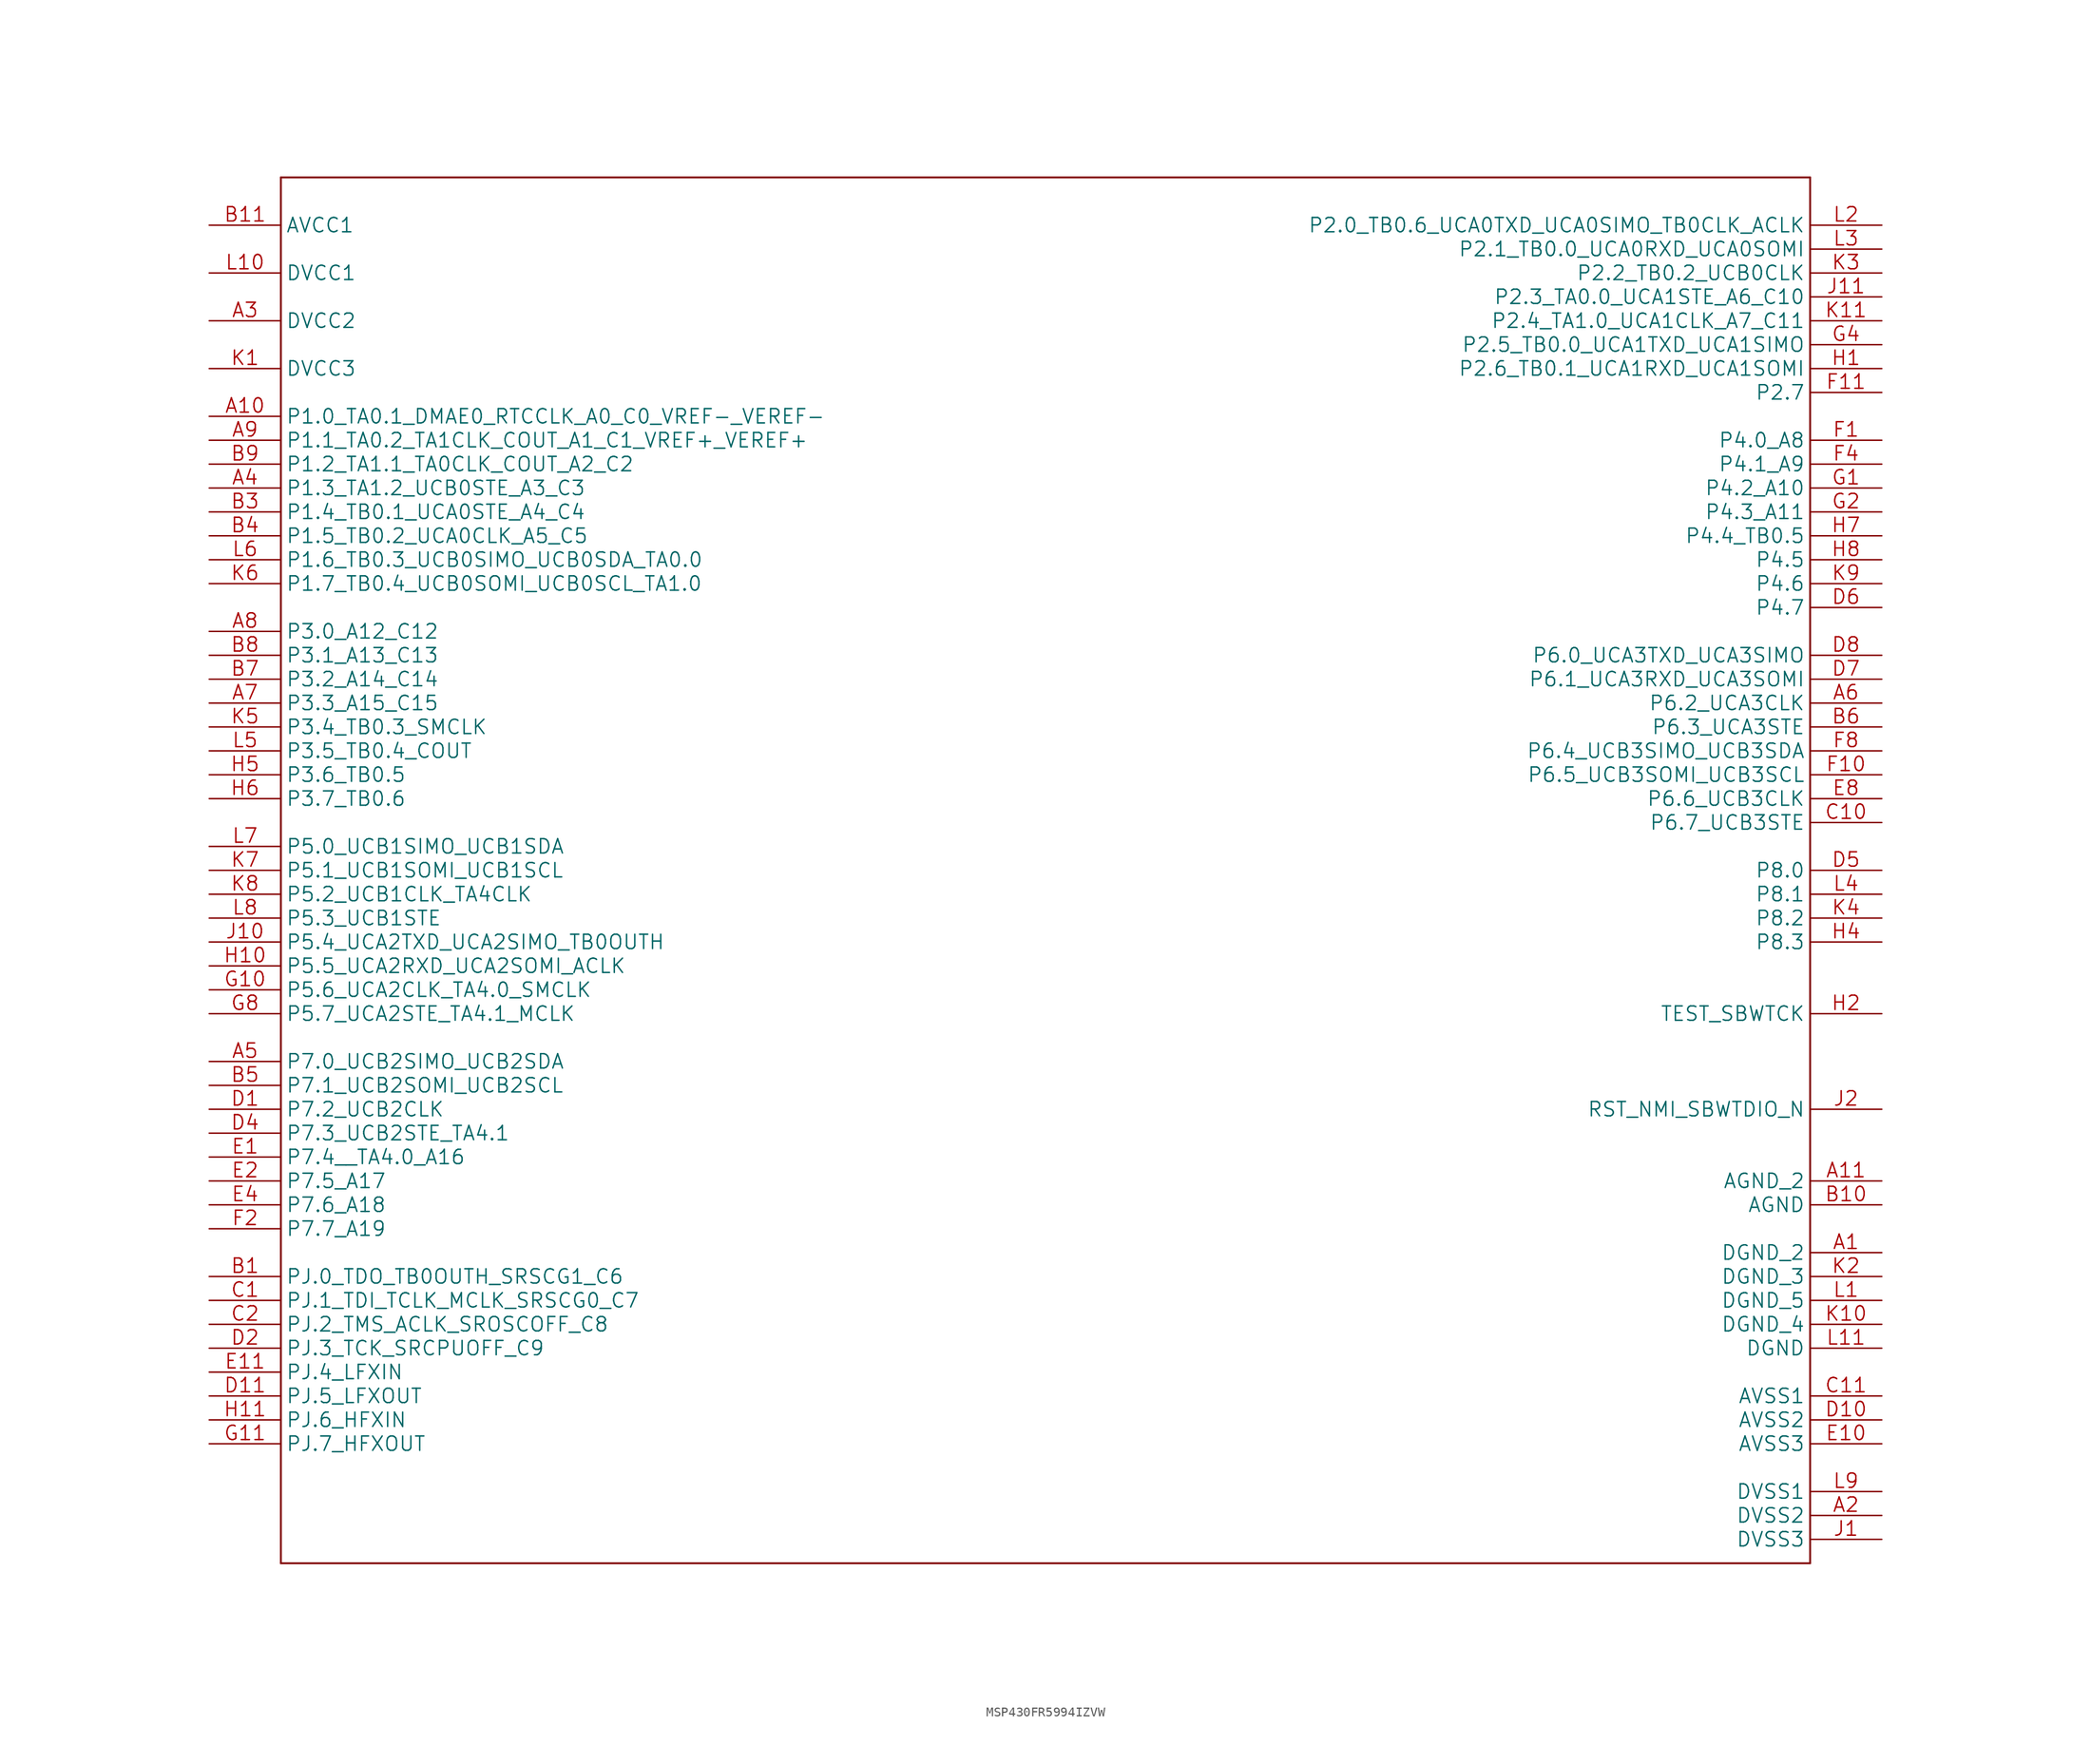
<source format=kicad_sym>
(kicad_symbol_lib
  (version 20241209)
  (generator "kicad_symbol_editor")
  (generator_version "9.0")
  (symbol "MSP430FR5994IZVW"
    (property "Reference" "U"
      (at -4.724 1.499 0)
      (effects (font (size 2.083 1.77)) (justify left bottom) (hide yes)))
    (property "ki_locked" ""
      (at 0 0 0)
      (effects (font (size 1.27 1.27))))
    (symbol "MSP430FR5994IZVW_1_0"
      (polyline (pts (xy -81.28 73.66) (xy -81.28 -73.66)) (stroke (width 0.203) (type solid)) (fill (type none)))
      (polyline (pts (xy -81.28 -73.66) (xy 81.28 -73.66)) (stroke (width 0.203) (type solid)) (fill (type none)))
      (polyline (pts (xy 81.28 73.66) (xy -81.28 73.66)) (stroke (width 0.203) (type solid)) (fill (type none)))
      (polyline (pts (xy 81.28 -73.66) (xy 81.28 73.66)) (stroke (width 0.203) (type solid)) (fill (type none)))
      (pin power_in line (at -88.9 68.58 0) (length 7.62) (name "AVCC1" (effects (font (size 1.524 1.524)))) (number "B11" (effects (font (size 1.524 1.524)))))
      (pin power_in line (at -88.9 63.5 0) (length 7.62) (name "DVCC1" (effects (font (size 1.524 1.524)))) (number "L10" (effects (font (size 1.524 1.524)))))
      (pin power_in line (at -88.9 58.42 0) (length 7.62) (name "DVCC2" (effects (font (size 1.524 1.524)))) (number "A3" (effects (font (size 1.524 1.524)))))
      (pin power_in line (at -88.9 53.34 0) (length 7.62) (name "DVCC3" (effects (font (size 1.524 1.524)))) (number "K1" (effects (font (size 1.524 1.524)))))
      (pin bidirectional line (at -88.9 48.26 0) (length 7.62) (name "P1.0_TA0.1_DMAE0_RTCCLK_A0_C0_VREF-_VEREF-" (effects (font (size 1.524 1.524)))) (number "A10" (effects (font (size 1.524 1.524)))))
      (pin bidirectional line (at -88.9 45.72 0) (length 7.62) (name "P1.1_TA0.2_TA1CLK_COUT_A1_C1_VREF+_VEREF+" (effects (font (size 1.524 1.524)))) (number "A9" (effects (font (size 1.524 1.524)))))
      (pin bidirectional line (at -88.9 43.18 0) (length 7.62) (name "P1.2_TA1.1_TA0CLK_COUT_A2_C2" (effects (font (size 1.524 1.524)))) (number "B9" (effects (font (size 1.524 1.524)))))
      (pin bidirectional line (at -88.9 40.64 0) (length 7.62) (name "P1.3_TA1.2_UCB0STE_A3_C3" (effects (font (size 1.524 1.524)))) (number "A4" (effects (font (size 1.524 1.524)))))
      (pin bidirectional line (at -88.9 38.1 0) (length 7.62) (name "P1.4_TB0.1_UCA0STE_A4_C4" (effects (font (size 1.524 1.524)))) (number "B3" (effects (font (size 1.524 1.524)))))
      (pin bidirectional line (at -88.9 35.56 0) (length 7.62) (name "P1.5_TB0.2_UCA0CLK_A5_C5" (effects (font (size 1.524 1.524)))) (number "B4" (effects (font (size 1.524 1.524)))))
      (pin bidirectional line (at -88.9 33.02 0) (length 7.62) (name "P1.6_TB0.3_UCB0SIMO_UCB0SDA_TA0.0" (effects (font (size 1.524 1.524)))) (number "L6" (effects (font (size 1.524 1.524)))))
      (pin bidirectional line (at -88.9 30.48 0) (length 7.62) (name "P1.7_TB0.4_UCB0SOMI_UCB0SCL_TA1.0" (effects (font (size 1.524 1.524)))) (number "K6" (effects (font (size 1.524 1.524)))))
      (pin bidirectional line (at -88.9 25.4 0) (length 7.62) (name "P3.0_A12_C12" (effects (font (size 1.524 1.524)))) (number "A8" (effects (font (size 1.524 1.524)))))
      (pin bidirectional line (at -88.9 22.86 0) (length 7.62) (name "P3.1_A13_C13" (effects (font (size 1.524 1.524)))) (number "B8" (effects (font (size 1.524 1.524)))))
      (pin bidirectional line (at -88.9 20.32 0) (length 7.62) (name "P3.2_A14_C14" (effects (font (size 1.524 1.524)))) (number "B7" (effects (font (size 1.524 1.524)))))
      (pin bidirectional line (at -88.9 17.78 0) (length 7.62) (name "P3.3_A15_C15" (effects (font (size 1.524 1.524)))) (number "A7" (effects (font (size 1.524 1.524)))))
      (pin bidirectional line (at -88.9 15.24 0) (length 7.62) (name "P3.4_TB0.3_SMCLK" (effects (font (size 1.524 1.524)))) (number "K5" (effects (font (size 1.524 1.524)))))
      (pin bidirectional line (at -88.9 12.7 0) (length 7.62) (name "P3.5_TB0.4_COUT" (effects (font (size 1.524 1.524)))) (number "L5" (effects (font (size 1.524 1.524)))))
      (pin bidirectional line (at -88.9 10.16 0) (length 7.62) (name "P3.6_TB0.5" (effects (font (size 1.524 1.524)))) (number "H5" (effects (font (size 1.524 1.524)))))
      (pin bidirectional line (at -88.9 7.62 0) (length 7.62) (name "P3.7_TB0.6" (effects (font (size 1.524 1.524)))) (number "H6" (effects (font (size 1.524 1.524)))))
      (pin bidirectional line (at -88.9 2.54 0) (length 7.62) (name "P5.0_UCB1SIMO_UCB1SDA" (effects (font (size 1.524 1.524)))) (number "L7" (effects (font (size 1.524 1.524)))))
      (pin bidirectional line (at -88.9 0 0) (length 7.62) (name "P5.1_UCB1SOMI_UCB1SCL" (effects (font (size 1.524 1.524)))) (number "K7" (effects (font (size 1.524 1.524)))))
      (pin bidirectional line (at -88.9 -2.54 0) (length 7.62) (name "P5.2_UCB1CLK_TA4CLK" (effects (font (size 1.524 1.524)))) (number "K8" (effects (font (size 1.524 1.524)))))
      (pin bidirectional line (at -88.9 -5.08 0) (length 7.62) (name "P5.3_UCB1STE" (effects (font (size 1.524 1.524)))) (number "L8" (effects (font (size 1.524 1.524)))))
      (pin bidirectional line (at -88.9 -7.62 0) (length 7.62) (name "P5.4_UCA2TXD_UCA2SIMO_TB0OUTH" (effects (font (size 1.524 1.524)))) (number "J10" (effects (font (size 1.524 1.524)))))
      (pin bidirectional line (at -88.9 -10.16 0) (length 7.62) (name "P5.5_UCA2RXD_UCA2SOMI_ACLK" (effects (font (size 1.524 1.524)))) (number "H10" (effects (font (size 1.524 1.524)))))
      (pin bidirectional line (at -88.9 -12.7 0) (length 7.62) (name "P5.6_UCA2CLK_TA4.0_SMCLK" (effects (font (size 1.524 1.524)))) (number "G10" (effects (font (size 1.524 1.524)))))
      (pin bidirectional line (at -88.9 -15.24 0) (length 7.62) (name "P5.7_UCA2STE_TA4.1_MCLK" (effects (font (size 1.524 1.524)))) (number "G8" (effects (font (size 1.524 1.524)))))
      (pin bidirectional line (at -88.9 -20.32 0) (length 7.62) (name "P7.0_UCB2SIMO_UCB2SDA" (effects (font (size 1.524 1.524)))) (number "A5" (effects (font (size 1.524 1.524)))))
      (pin bidirectional line (at -88.9 -22.86 0) (length 7.62) (name "P7.1_UCB2SOMI_UCB2SCL" (effects (font (size 1.524 1.524)))) (number "B5" (effects (font (size 1.524 1.524)))))
      (pin bidirectional line (at -88.9 -25.4 0) (length 7.62) (name "P7.2_UCB2CLK" (effects (font (size 1.524 1.524)))) (number "D1" (effects (font (size 1.524 1.524)))))
      (pin bidirectional line (at -88.9 -27.94 0) (length 7.62) (name "P7.3_UCB2STE_TA4.1" (effects (font (size 1.524 1.524)))) (number "D4" (effects (font (size 1.524 1.524)))))
      (pin bidirectional line (at -88.9 -30.48 0) (length 7.62) (name "P7.4__TA4.0_A16" (effects (font (size 1.524 1.524)))) (number "E1" (effects (font (size 1.524 1.524)))))
      (pin bidirectional line (at -88.9 -33.02 0) (length 7.62) (name "P7.5_A17" (effects (font (size 1.524 1.524)))) (number "E2" (effects (font (size 1.524 1.524)))))
      (pin bidirectional line (at -88.9 -35.56 0) (length 7.62) (name "P7.6_A18" (effects (font (size 1.524 1.524)))) (number "E4" (effects (font (size 1.524 1.524)))))
      (pin bidirectional line (at -88.9 -38.1 0) (length 7.62) (name "P7.7_A19" (effects (font (size 1.524 1.524)))) (number "F2" (effects (font (size 1.524 1.524)))))
      (pin bidirectional line (at -88.9 -43.18 0) (length 7.62) (name "PJ.0_TDO_TB0OUTH_SRSCG1_C6" (effects (font (size 1.524 1.524)))) (number "B1" (effects (font (size 1.524 1.524)))))
      (pin bidirectional line (at -88.9 -45.72 0) (length 7.62) (name "PJ.1_TDI_TCLK_MCLK_SRSCG0_C7" (effects (font (size 1.524 1.524)))) (number "C1" (effects (font (size 1.524 1.524)))))
      (pin bidirectional line (at -88.9 -48.26 0) (length 7.62) (name "PJ.2_TMS_ACLK_SROSCOFF_C8" (effects (font (size 1.524 1.524)))) (number "C2" (effects (font (size 1.524 1.524)))))
      (pin bidirectional line (at -88.9 -50.8 0) (length 7.62) (name "PJ.3_TCK_SRCPUOFF_C9" (effects (font (size 1.524 1.524)))) (number "D2" (effects (font (size 1.524 1.524)))))
      (pin bidirectional line (at -88.9 -53.34 0) (length 7.62) (name "PJ.4_LFXIN" (effects (font (size 1.524 1.524)))) (number "E11" (effects (font (size 1.524 1.524)))))
      (pin bidirectional line (at -88.9 -55.88 0) (length 7.62) (name "PJ.5_LFXOUT" (effects (font (size 1.524 1.524)))) (number "D11" (effects (font (size 1.524 1.524)))))
      (pin bidirectional line (at -88.9 -58.42 0) (length 7.62) (name "PJ.6_HFXIN" (effects (font (size 1.524 1.524)))) (number "H11" (effects (font (size 1.524 1.524)))))
      (pin bidirectional line (at -88.9 -60.96 0) (length 7.62) (name "PJ.7_HFXOUT" (effects (font (size 1.524 1.524)))) (number "G11" (effects (font (size 1.524 1.524)))))
      (pin bidirectional line (at 88.9 68.58 180) (length 7.62) (name "P2.0_TB0.6_UCA0TXD_UCA0SIMO_TB0CLK_ACLK" (effects (font (size 1.524 1.524)))) (number "L2" (effects (font (size 1.524 1.524)))))
      (pin bidirectional line (at 88.9 66.04 180) (length 7.62) (name "P2.1_TB0.0_UCA0RXD_UCA0SOMI" (effects (font (size 1.524 1.524)))) (number "L3" (effects (font (size 1.524 1.524)))))
      (pin bidirectional line (at 88.9 63.5 180) (length 7.62) (name "P2.2_TB0.2_UCB0CLK" (effects (font (size 1.524 1.524)))) (number "K3" (effects (font (size 1.524 1.524)))))
      (pin bidirectional line (at 88.9 60.96 180) (length 7.62) (name "P2.3_TA0.0_UCA1STE_A6_C10" (effects (font (size 1.524 1.524)))) (number "J11" (effects (font (size 1.524 1.524)))))
      (pin bidirectional line (at 88.9 58.42 180) (length 7.62) (name "P2.4_TA1.0_UCA1CLK_A7_C11" (effects (font (size 1.524 1.524)))) (number "K11" (effects (font (size 1.524 1.524)))))
      (pin bidirectional line (at 88.9 55.88 180) (length 7.62) (name "P2.5_TB0.0_UCA1TXD_UCA1SIMO" (effects (font (size 1.524 1.524)))) (number "G4" (effects (font (size 1.524 1.524)))))
      (pin bidirectional line (at 88.9 53.34 180) (length 7.62) (name "P2.6_TB0.1_UCA1RXD_UCA1SOMI" (effects (font (size 1.524 1.524)))) (number "H1" (effects (font (size 1.524 1.524)))))
      (pin bidirectional line (at 88.9 50.8 180) (length 7.62) (name "P2.7" (effects (font (size 1.524 1.524)))) (number "F11" (effects (font (size 1.524 1.524)))))
      (pin bidirectional line (at 88.9 45.72 180) (length 7.62) (name "P4.0_A8" (effects (font (size 1.524 1.524)))) (number "F1" (effects (font (size 1.524 1.524)))))
      (pin bidirectional line (at 88.9 43.18 180) (length 7.62) (name "P4.1_A9" (effects (font (size 1.524 1.524)))) (number "F4" (effects (font (size 1.524 1.524)))))
      (pin bidirectional line (at 88.9 40.64 180) (length 7.62) (name "P4.2_A10" (effects (font (size 1.524 1.524)))) (number "G1" (effects (font (size 1.524 1.524)))))
      (pin bidirectional line (at 88.9 38.1 180) (length 7.62) (name "P4.3_A11" (effects (font (size 1.524 1.524)))) (number "G2" (effects (font (size 1.524 1.524)))))
      (pin bidirectional line (at 88.9 35.56 180) (length 7.62) (name "P4.4_TB0.5" (effects (font (size 1.524 1.524)))) (number "H7" (effects (font (size 1.524 1.524)))))
      (pin bidirectional line (at 88.9 33.02 180) (length 7.62) (name "P4.5" (effects (font (size 1.524 1.524)))) (number "H8" (effects (font (size 1.524 1.524)))))
      (pin bidirectional line (at 88.9 30.48 180) (length 7.62) (name "P4.6" (effects (font (size 1.524 1.524)))) (number "K9" (effects (font (size 1.524 1.524)))))
      (pin bidirectional line (at 88.9 27.94 180) (length 7.62) (name "P4.7" (effects (font (size 1.524 1.524)))) (number "D6" (effects (font (size 1.524 1.524)))))
      (pin bidirectional line (at 88.9 22.86 180) (length 7.62) (name "P6.0_UCA3TXD_UCA3SIMO" (effects (font (size 1.524 1.524)))) (number "D8" (effects (font (size 1.524 1.524)))))
      (pin bidirectional line (at 88.9 20.32 180) (length 7.62) (name "P6.1_UCA3RXD_UCA3SOMI" (effects (font (size 1.524 1.524)))) (number "D7" (effects (font (size 1.524 1.524)))))
      (pin bidirectional line (at 88.9 17.78 180) (length 7.62) (name "P6.2_UCA3CLK" (effects (font (size 1.524 1.524)))) (number "A6" (effects (font (size 1.524 1.524)))))
      (pin bidirectional line (at 88.9 15.24 180) (length 7.62) (name "P6.3_UCA3STE" (effects (font (size 1.524 1.524)))) (number "B6" (effects (font (size 1.524 1.524)))))
      (pin bidirectional line (at 88.9 12.7 180) (length 7.62) (name "P6.4_UCB3SIMO_UCB3SDA" (effects (font (size 1.524 1.524)))) (number "F8" (effects (font (size 1.524 1.524)))))
      (pin bidirectional line (at 88.9 10.16 180) (length 7.62) (name "P6.5_UCB3SOMI_UCB3SCL" (effects (font (size 1.524 1.524)))) (number "F10" (effects (font (size 1.524 1.524)))))
      (pin bidirectional line (at 88.9 7.62 180) (length 7.62) (name "P6.6_UCB3CLK" (effects (font (size 1.524 1.524)))) (number "E8" (effects (font (size 1.524 1.524)))))
      (pin bidirectional line (at 88.9 5.08 180) (length 7.62) (name "P6.7_UCB3STE" (effects (font (size 1.524 1.524)))) (number "C10" (effects (font (size 1.524 1.524)))))
      (pin bidirectional line (at 88.9 0 180) (length 7.62) (name "P8.0" (effects (font (size 1.524 1.524)))) (number "D5" (effects (font (size 1.524 1.524)))))
      (pin bidirectional line (at 88.9 -2.54 180) (length 7.62) (name "P8.1" (effects (font (size 1.524 1.524)))) (number "L4" (effects (font (size 1.524 1.524)))))
      (pin bidirectional line (at 88.9 -5.08 180) (length 7.62) (name "P8.2" (effects (font (size 1.524 1.524)))) (number "K4" (effects (font (size 1.524 1.524)))))
      (pin bidirectional line (at 88.9 -7.62 180) (length 7.62) (name "P8.3" (effects (font (size 1.524 1.524)))) (number "H4" (effects (font (size 1.524 1.524)))))
      (pin input line (at 88.9 -15.24 180) (length 7.62) (name "TEST_SBWTCK" (effects (font (size 1.524 1.524)))) (number "H2" (effects (font (size 1.524 1.524)))))
      (pin bidirectional line (at 88.9 -25.4 180) (length 7.62) (name "RST_NMI_SBWTDIO_N" (effects (font (size 1.524 1.524)))) (number "J2" (effects (font (size 1.524 1.524)))))
      (pin power_in line (at 88.9 -33.02 180) (length 7.62) (name "AGND_2" (effects (font (size 1.524 1.524)))) (number "A11" (effects (font (size 1.524 1.524)))))
      (pin power_in line (at 88.9 -35.56 180) (length 7.62) (name "AGND" (effects (font (size 1.524 1.524)))) (number "B10" (effects (font (size 1.524 1.524)))))
      (pin power_in line (at 88.9 -40.64 180) (length 7.62) (name "DGND_2" (effects (font (size 1.524 1.524)))) (number "A1" (effects (font (size 1.524 1.524)))))
      (pin power_in line (at 88.9 -43.18 180) (length 7.62) (name "DGND_3" (effects (font (size 1.524 1.524)))) (number "K2" (effects (font (size 1.524 1.524)))))
      (pin power_in line (at 88.9 -45.72 180) (length 7.62) (name "DGND_5" (effects (font (size 1.524 1.524)))) (number "L1" (effects (font (size 1.524 1.524)))))
      (pin power_in line (at 88.9 -48.26 180) (length 7.62) (name "DGND_4" (effects (font (size 1.524 1.524)))) (number "K10" (effects (font (size 1.524 1.524)))))
      (pin power_in line (at 88.9 -50.8 180) (length 7.62) (name "DGND" (effects (font (size 1.524 1.524)))) (number "L11" (effects (font (size 1.524 1.524)))))
      (pin power_in line (at 88.9 -55.88 180) (length 7.62) (name "AVSS1" (effects (font (size 1.524 1.524)))) (number "C11" (effects (font (size 1.524 1.524)))))
      (pin power_in line (at 88.9 -58.42 180) (length 7.62) (name "AVSS2" (effects (font (size 1.524 1.524)))) (number "D10" (effects (font (size 1.524 1.524)))))
      (pin power_in line (at 88.9 -60.96 180) (length 7.62) (name "AVSS3" (effects (font (size 1.524 1.524)))) (number "E10" (effects (font (size 1.524 1.524)))))
      (pin power_in line (at 88.9 -66.04 180) (length 7.62) (name "DVSS1" (effects (font (size 1.524 1.524)))) (number "L9" (effects (font (size 1.524 1.524)))))
      (pin power_in line (at 88.9 -68.58 180) (length 7.62) (name "DVSS2" (effects (font (size 1.524 1.524)))) (number "A2" (effects (font (size 1.524 1.524)))))
      (pin power_in line (at 88.9 -71.12 180) (length 7.62) (name "DVSS3" (effects (font (size 1.524 1.524)))) (number "J1" (effects (font (size 1.524 1.524))))))))
</source>
